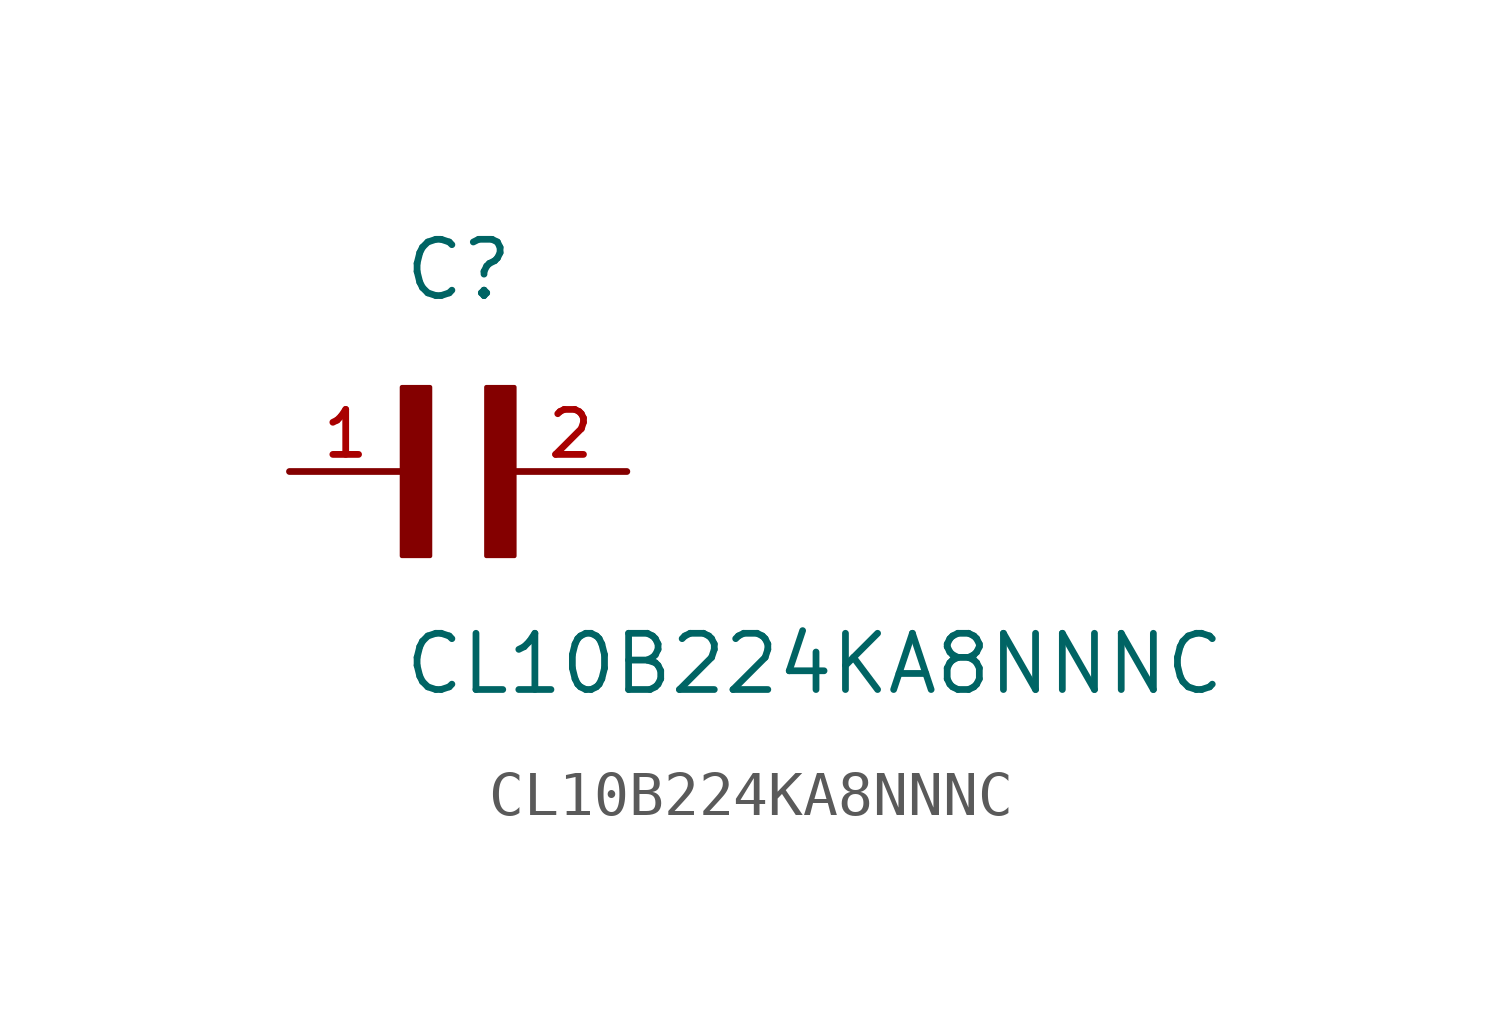
<source format=kicad_sym>
(kicad_symbol_lib
  (version 20211014)
  (generator kicad_symbol_editor)
  (symbol "CL10B224KA8NNNC"
    (pin_names
      (offset 1.016))
    (property "Reference" "C"
      (at 0.0 3.811 0)
      (effects (font (size 1.27 1.27)) (justify bottom left)))
    (property "Value" "CL10B224KA8NNNC"
      (at 0.0 -5.088 0)
      (effects (font (size 1.27 1.27)) (justify bottom left)))
    (symbol "CL10B224KA8NNNC_0_0"
      (rectangle (start 0.0 -1.907) (end 0.635 1.905) (stroke (width 0.1)) (fill (type outline)))
      (rectangle (start 1.907 -1.907) (end 2.54 1.905) (stroke (width 0.1)) (fill (type outline)))
      (pin passive line (at -2.54 0.0 0) (length 2.54) (name "~" (effects (font (size 1.016 1.016)))) (number "1" (effects (font (size 1.016 1.016)))))
      (pin passive line (at 5.08 0.0 180.0) (length 2.54) (name "~" (effects (font (size 1.016 1.016)))) (number "2" (effects (font (size 1.016 1.016))))))))
</source>
